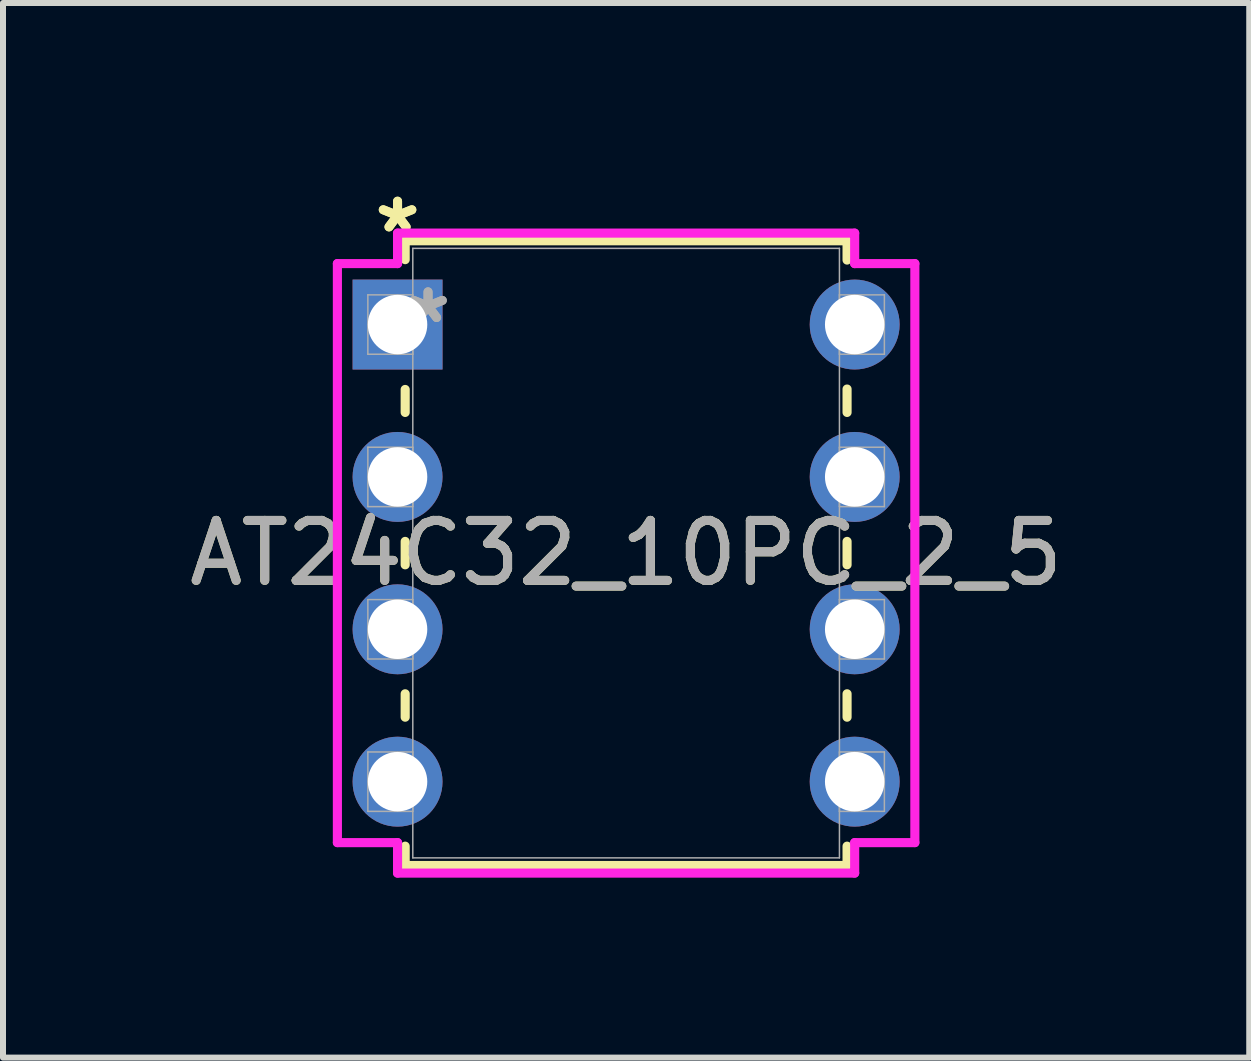
<source format=kicad_pcb>
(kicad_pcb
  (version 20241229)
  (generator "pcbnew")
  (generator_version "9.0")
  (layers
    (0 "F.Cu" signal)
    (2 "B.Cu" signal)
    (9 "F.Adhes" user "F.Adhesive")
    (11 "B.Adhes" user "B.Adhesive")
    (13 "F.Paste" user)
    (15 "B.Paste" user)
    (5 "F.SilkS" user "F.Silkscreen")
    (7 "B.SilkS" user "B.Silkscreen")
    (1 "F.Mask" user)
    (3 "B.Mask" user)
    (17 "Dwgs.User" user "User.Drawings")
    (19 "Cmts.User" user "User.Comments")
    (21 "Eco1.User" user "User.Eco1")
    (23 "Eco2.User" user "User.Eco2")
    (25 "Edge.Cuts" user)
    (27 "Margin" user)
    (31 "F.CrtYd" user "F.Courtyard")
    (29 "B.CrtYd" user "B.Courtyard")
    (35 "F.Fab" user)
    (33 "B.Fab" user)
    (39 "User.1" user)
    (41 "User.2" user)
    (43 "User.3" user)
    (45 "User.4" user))
  (footprint "AT24C32_10PC_2_5"
    (layer "F.Cu")
    (at 3.577 2.36)
    (property "Reference" "AT24C32_10PC_2_5" (at 3.81 3.81 0) (unlocked yes) (layer "F.SilkS") (effects (font (size 1 1) (thickness 0.15))))
    (attr through_hole)
    (fp_line (start 0.127 -1.397) (end 0.127 -1.082) (stroke (width 0.152) (type solid)) (layer "F.SilkS"))
    (fp_line (start 0.127 1.082) (end 0.127 1.465) (stroke (width 0.152) (type solid)) (layer "F.SilkS"))
    (fp_line (start 0.127 3.615) (end 0.127 4.005) (stroke (width 0.152) (type solid)) (layer "F.SilkS"))
    (fp_line (start 0.127 6.155) (end 0.127 6.545) (stroke (width 0.152) (type solid)) (layer "F.SilkS"))
    (fp_line (start 0.127 8.695) (end 0.127 9.017) (stroke (width 0.152) (type solid)) (layer "F.SilkS"))
    (fp_line (start 0.127 9.017) (end 7.493 9.017) (stroke (width 0.152) (type solid)) (layer "F.SilkS"))
    (fp_line (start 7.493 -1.397) (end 0.127 -1.397) (stroke (width 0.152) (type solid)) (layer "F.SilkS"))
    (fp_line (start 7.493 -1.075) (end 7.493 -1.397) (stroke (width 0.152) (type solid)) (layer "F.SilkS"))
    (fp_line (start 7.493 1.465) (end 7.493 1.075) (stroke (width 0.152) (type solid)) (layer "F.SilkS"))
    (fp_line (start 7.493 4.005) (end 7.493 3.615) (stroke (width 0.152) (type solid)) (layer "F.SilkS"))
    (fp_line (start 7.493 6.545) (end 7.493 6.155) (stroke (width 0.152) (type solid)) (layer "F.SilkS"))
    (fp_line (start 7.493 9.017) (end 7.493 8.695) (stroke (width 0.152) (type solid)) (layer "F.SilkS"))
    (fp_line (start -1.003 -1.016) (end 0 -1.016) (stroke (width 0.152) (type solid)) (layer "F.CrtYd"))
    (fp_line (start -1.003 8.636) (end -1.003 -1.016) (stroke (width 0.152) (type solid)) (layer "F.CrtYd"))
    (fp_line (start 0 -1.524) (end 7.62 -1.524) (stroke (width 0.152) (type solid)) (layer "F.CrtYd"))
    (fp_line (start 0 -1.016) (end 0 -1.524) (stroke (width 0.152) (type solid)) (layer "F.CrtYd"))
    (fp_line (start 0 8.636) (end -1.003 8.636) (stroke (width 0.152) (type solid)) (layer "F.CrtYd"))
    (fp_line (start 0 9.144) (end 0 8.636) (stroke (width 0.152) (type solid)) (layer "F.CrtYd"))
    (fp_line (start 7.62 -1.524) (end 7.62 -1.016) (stroke (width 0.152) (type solid)) (layer "F.CrtYd"))
    (fp_line (start 7.62 8.636) (end 7.62 9.144) (stroke (width 0.152) (type solid)) (layer "F.CrtYd"))
    (fp_line (start 7.62 9.144) (end 0 9.144) (stroke (width 0.152) (type solid)) (layer "F.CrtYd"))
    (fp_line (start 8.623 -1.016) (end 7.62 -1.016) (stroke (width 0.152) (type solid)) (layer "F.CrtYd"))
    (fp_line (start 8.623 -1.016) (end 8.623 8.636) (stroke (width 0.152) (type solid)) (layer "F.CrtYd"))
    (fp_line (start 8.623 8.636) (end 7.62 8.636) (stroke (width 0.152) (type solid)) (layer "F.CrtYd"))
    (fp_line (start -0.495 -0.495) (end -0.495 0.495) (stroke (width 0.025) (type solid)) (layer "F.Fab"))
    (fp_line (start -0.495 0.495) (end 0.254 0.495) (stroke (width 0.025) (type solid)) (layer "F.Fab"))
    (fp_line (start -0.495 2.045) (end -0.495 3.035) (stroke (width 0.025) (type solid)) (layer "F.Fab"))
    (fp_line (start -0.495 3.035) (end 0.254 3.035) (stroke (width 0.025) (type solid)) (layer "F.Fab"))
    (fp_line (start -0.495 4.585) (end -0.495 5.575) (stroke (width 0.025) (type solid)) (layer "F.Fab"))
    (fp_line (start -0.495 5.575) (end 0.254 5.575) (stroke (width 0.025) (type solid)) (layer "F.Fab"))
    (fp_line (start -0.495 7.125) (end -0.495 8.115) (stroke (width 0.025) (type solid)) (layer "F.Fab"))
    (fp_line (start -0.495 8.115) (end 0.254 8.115) (stroke (width 0.025) (type solid)) (layer "F.Fab"))
    (fp_line (start 0.254 -1.27) (end 0.254 8.89) (stroke (width 0.025) (type solid)) (layer "F.Fab"))
    (fp_line (start 0.254 -0.495) (end -0.495 -0.495) (stroke (width 0.025) (type solid)) (layer "F.Fab"))
    (fp_line (start 0.254 0.495) (end 0.254 -0.495) (stroke (width 0.025) (type solid)) (layer "F.Fab"))
    (fp_line (start 0.254 2.045) (end -0.495 2.045) (stroke (width 0.025) (type solid)) (layer "F.Fab"))
    (fp_line (start 0.254 3.035) (end 0.254 2.045) (stroke (width 0.025) (type solid)) (layer "F.Fab"))
    (fp_line (start 0.254 4.585) (end -0.495 4.585) (stroke (width 0.025) (type solid)) (layer "F.Fab"))
    (fp_line (start 0.254 5.575) (end 0.254 4.585) (stroke (width 0.025) (type solid)) (layer "F.Fab"))
    (fp_line (start 0.254 7.125) (end -0.495 7.125) (stroke (width 0.025) (type solid)) (layer "F.Fab"))
    (fp_line (start 0.254 8.115) (end 0.254 7.125) (stroke (width 0.025) (type solid)) (layer "F.Fab"))
    (fp_line (start 0.254 8.89) (end 7.366 8.89) (stroke (width 0.025) (type solid)) (layer "F.Fab"))
    (fp_line (start 7.366 -1.27) (end 0.254 -1.27) (stroke (width 0.025) (type solid)) (layer "F.Fab"))
    (fp_line (start 7.366 -0.495) (end 7.366 0.495) (stroke (width 0.025) (type solid)) (layer "F.Fab"))
    (fp_line (start 7.366 0.495) (end 8.115 0.495) (stroke (width 0.025) (type solid)) (layer "F.Fab"))
    (fp_line (start 7.366 2.045) (end 7.366 3.035) (stroke (width 0.025) (type solid)) (layer "F.Fab"))
    (fp_line (start 7.366 3.035) (end 8.115 3.035) (stroke (width 0.025) (type solid)) (layer "F.Fab"))
    (fp_line (start 7.366 4.585) (end 7.366 5.575) (stroke (width 0.025) (type solid)) (layer "F.Fab"))
    (fp_line (start 7.366 5.575) (end 8.115 5.575) (stroke (width 0.025) (type solid)) (layer "F.Fab"))
    (fp_line (start 7.366 7.125) (end 7.366 8.115) (stroke (width 0.025) (type solid)) (layer "F.Fab"))
    (fp_line (start 7.366 8.115) (end 8.115 8.115) (stroke (width 0.025) (type solid)) (layer "F.Fab"))
    (fp_line (start 7.366 8.89) (end 7.366 -1.27) (stroke (width 0.025) (type solid)) (layer "F.Fab"))
    (fp_line (start 8.115 -0.495) (end 7.366 -0.495) (stroke (width 0.025) (type solid)) (layer "F.Fab"))
    (fp_line (start 8.115 0.495) (end 8.115 -0.495) (stroke (width 0.025) (type solid)) (layer "F.Fab"))
    (fp_line (start 8.115 2.045) (end 7.366 2.045) (stroke (width 0.025) (type solid)) (layer "F.Fab"))
    (fp_line (start 8.115 3.035) (end 8.115 2.045) (stroke (width 0.025) (type solid)) (layer "F.Fab"))
    (fp_line (start 8.115 4.585) (end 7.366 4.585) (stroke (width 0.025) (type solid)) (layer "F.Fab"))
    (fp_line (start 8.115 5.575) (end 8.115 4.585) (stroke (width 0.025) (type solid)) (layer "F.Fab"))
    (fp_line (start 8.115 7.125) (end 7.366 7.125) (stroke (width 0.025) (type solid)) (layer "F.Fab"))
    (fp_line (start 8.115 8.115) (end 8.115 7.125) (stroke (width 0.025) (type solid)) (layer "F.Fab"))
    (fp_text user "*" (at 0 -1.511 0) (unlocked yes) (layer "F.SilkS") (effects (font (size 1 1) (thickness 0.15))))
    (fp_text user "*" (at 0 -1.511 0) (layer "F.SilkS") (effects (font (size 1 1) (thickness 0.15))))
    (fp_text user "*" (at 0.508 0 0) (layer "F.Fab") (effects (font (size 1 1) (thickness 0.15))))
    (fp_text user "${REFERENCE}" (at 3.81 3.81 0) (unlocked yes) (layer "F.Fab") (effects (font (size 1 1) (thickness 0.15))))
    (fp_text user "*" (at 0.508 0 0) (unlocked yes) (layer "F.Fab") (effects (font (size 1 1) (thickness 0.15))))
    (pad "1" thru_hole rect (at 0 0) (size 1.499 1.499) (drill 0.991) (layers "*.Cu" "*.Mask"))
    (pad "2" thru_hole circle (at 0 2.54) (size 1.499 1.499) (drill 0.991) (layers "*.Cu" "*.Mask"))
    (pad "3" thru_hole circle (at 0 5.08) (size 1.499 1.499) (drill 0.991) (layers "*.Cu" "*.Mask"))
    (pad "4" thru_hole circle (at 0 7.62) (size 1.499 1.499) (drill 0.991) (layers "*.Cu" "*.Mask"))
    (pad "5" thru_hole circle (at 7.62 7.62) (size 1.499 1.499) (drill 0.991) (layers "*.Cu" "*.Mask"))
    (pad "6" thru_hole circle (at 7.62 5.08) (size 1.499 1.499) (drill 0.991) (layers "*.Cu" "*.Mask"))
    (pad "7" thru_hole circle (at 7.62 2.54) (size 1.499 1.499) (drill 0.991) (layers "*.Cu" "*.Mask"))
    (pad "8" thru_hole circle (at 7.62 0) (size 1.499 1.499) (drill 0.991) (layers "*.Cu" "*.Mask")))
  (gr_rect
    (start -3 -3)
    (end 17.774 14.58)
    (stroke (width 0.1) (type default))
    (fill no)
    (layer "Edge.Cuts")))
</source>
